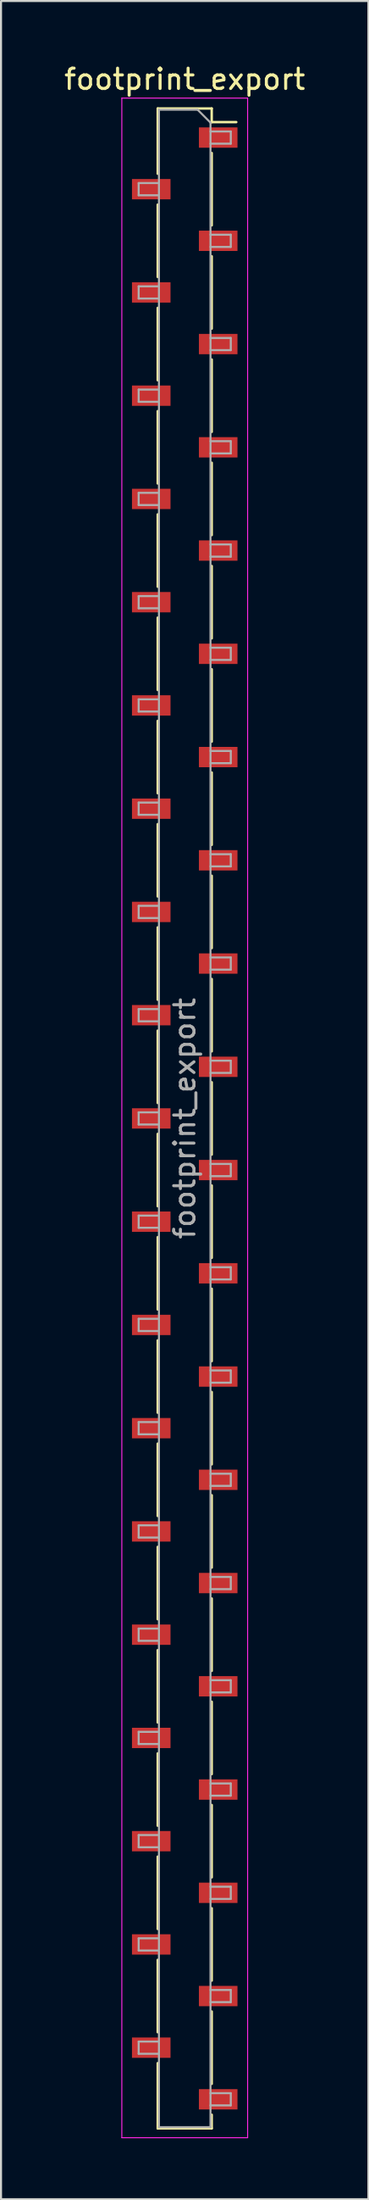
<source format=kicad_pcb>
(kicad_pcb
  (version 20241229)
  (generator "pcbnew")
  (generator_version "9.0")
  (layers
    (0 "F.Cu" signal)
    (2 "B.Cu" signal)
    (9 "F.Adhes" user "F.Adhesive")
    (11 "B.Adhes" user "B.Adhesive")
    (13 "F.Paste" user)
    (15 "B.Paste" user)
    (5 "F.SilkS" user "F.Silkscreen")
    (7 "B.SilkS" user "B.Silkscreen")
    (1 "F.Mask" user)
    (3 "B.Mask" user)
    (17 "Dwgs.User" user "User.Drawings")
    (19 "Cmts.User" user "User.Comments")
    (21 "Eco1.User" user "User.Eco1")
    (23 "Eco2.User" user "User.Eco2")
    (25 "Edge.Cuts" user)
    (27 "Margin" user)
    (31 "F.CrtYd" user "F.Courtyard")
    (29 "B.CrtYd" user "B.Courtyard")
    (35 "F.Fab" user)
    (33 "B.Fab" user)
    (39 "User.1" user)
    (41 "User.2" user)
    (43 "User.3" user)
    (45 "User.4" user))
  (footprint "footprint_export"
    (layer "F.Cu")
    (at 6.054 51.978)
    (property "Reference" "footprint_export" (at 0 -51.13 0) (layer "F.SilkS") (effects (font (size 1 1) (thickness 0.15))))
    (attr smd)
    (fp_line (start -1.33 -49.69) (end -1.33 -46.48) (stroke (width 0.12) (type solid)) (layer "F.SilkS"))
    (fp_line (start -1.33 -49.69) (end 1.33 -49.69) (stroke (width 0.12) (type solid)) (layer "F.SilkS"))
    (fp_line (start -1.33 -44.96) (end -1.33 -41.4) (stroke (width 0.12) (type solid)) (layer "F.SilkS"))
    (fp_line (start -1.33 -39.88) (end -1.33 -36.32) (stroke (width 0.12) (type solid)) (layer "F.SilkS"))
    (fp_line (start -1.33 -34.8) (end -1.33 -31.24) (stroke (width 0.12) (type solid)) (layer "F.SilkS"))
    (fp_line (start -1.33 -29.72) (end -1.33 -26.16) (stroke (width 0.12) (type solid)) (layer "F.SilkS"))
    (fp_line (start -1.33 -24.64) (end -1.33 -21.08) (stroke (width 0.12) (type solid)) (layer "F.SilkS"))
    (fp_line (start -1.33 -19.56) (end -1.33 -16) (stroke (width 0.12) (type solid)) (layer "F.SilkS"))
    (fp_line (start -1.33 -14.48) (end -1.33 -10.92) (stroke (width 0.12) (type solid)) (layer "F.SilkS"))
    (fp_line (start -1.33 -9.4) (end -1.33 -5.84) (stroke (width 0.12) (type solid)) (layer "F.SilkS"))
    (fp_line (start -1.33 -4.32) (end -1.33 -0.76) (stroke (width 0.12) (type solid)) (layer "F.SilkS"))
    (fp_line (start -1.33 0.76) (end -1.33 4.32) (stroke (width 0.12) (type solid)) (layer "F.SilkS"))
    (fp_line (start -1.33 5.84) (end -1.33 9.4) (stroke (width 0.12) (type solid)) (layer "F.SilkS"))
    (fp_line (start -1.33 10.92) (end -1.33 14.48) (stroke (width 0.12) (type solid)) (layer "F.SilkS"))
    (fp_line (start -1.33 16) (end -1.33 19.56) (stroke (width 0.12) (type solid)) (layer "F.SilkS"))
    (fp_line (start -1.33 21.08) (end -1.33 24.64) (stroke (width 0.12) (type solid)) (layer "F.SilkS"))
    (fp_line (start -1.33 26.16) (end -1.33 29.72) (stroke (width 0.12) (type solid)) (layer "F.SilkS"))
    (fp_line (start -1.33 31.24) (end -1.33 34.8) (stroke (width 0.12) (type solid)) (layer "F.SilkS"))
    (fp_line (start -1.33 36.32) (end -1.33 39.88) (stroke (width 0.12) (type solid)) (layer "F.SilkS"))
    (fp_line (start -1.33 41.4) (end -1.33 44.96) (stroke (width 0.12) (type solid)) (layer "F.SilkS"))
    (fp_line (start -1.33 46.48) (end -1.33 49.69) (stroke (width 0.12) (type solid)) (layer "F.SilkS"))
    (fp_line (start -1.33 49.69) (end 1.33 49.69) (stroke (width 0.12) (type solid)) (layer "F.SilkS"))
    (fp_line (start 1.33 -49.69) (end 1.33 -49.02) (stroke (width 0.12) (type solid)) (layer "F.SilkS"))
    (fp_line (start 1.33 -49.02) (end 2.54 -49.02) (stroke (width 0.12) (type solid)) (layer "F.SilkS"))
    (fp_line (start 1.33 -47.5) (end 1.33 -43.94) (stroke (width 0.12) (type solid)) (layer "F.SilkS"))
    (fp_line (start 1.33 -42.42) (end 1.33 -38.86) (stroke (width 0.12) (type solid)) (layer "F.SilkS"))
    (fp_line (start 1.33 -37.34) (end 1.33 -33.78) (stroke (width 0.12) (type solid)) (layer "F.SilkS"))
    (fp_line (start 1.33 -32.26) (end 1.33 -28.7) (stroke (width 0.12) (type solid)) (layer "F.SilkS"))
    (fp_line (start 1.33 -27.18) (end 1.33 -23.62) (stroke (width 0.12) (type solid)) (layer "F.SilkS"))
    (fp_line (start 1.33 -22.1) (end 1.33 -18.54) (stroke (width 0.12) (type solid)) (layer "F.SilkS"))
    (fp_line (start 1.33 -17.02) (end 1.33 -13.46) (stroke (width 0.12) (type solid)) (layer "F.SilkS"))
    (fp_line (start 1.33 -11.94) (end 1.33 -8.38) (stroke (width 0.12) (type solid)) (layer "F.SilkS"))
    (fp_line (start 1.33 -6.86) (end 1.33 -3.3) (stroke (width 0.12) (type solid)) (layer "F.SilkS"))
    (fp_line (start 1.33 -1.78) (end 1.33 1.78) (stroke (width 0.12) (type solid)) (layer "F.SilkS"))
    (fp_line (start 1.33 3.3) (end 1.33 6.86) (stroke (width 0.12) (type solid)) (layer "F.SilkS"))
    (fp_line (start 1.33 8.38) (end 1.33 11.94) (stroke (width 0.12) (type solid)) (layer "F.SilkS"))
    (fp_line (start 1.33 13.46) (end 1.33 17.02) (stroke (width 0.12) (type solid)) (layer "F.SilkS"))
    (fp_line (start 1.33 18.54) (end 1.33 22.1) (stroke (width 0.12) (type solid)) (layer "F.SilkS"))
    (fp_line (start 1.33 23.62) (end 1.33 27.18) (stroke (width 0.12) (type solid)) (layer "F.SilkS"))
    (fp_line (start 1.33 28.7) (end 1.33 32.26) (stroke (width 0.12) (type solid)) (layer "F.SilkS"))
    (fp_line (start 1.33 33.78) (end 1.33 37.34) (stroke (width 0.12) (type solid)) (layer "F.SilkS"))
    (fp_line (start 1.33 38.86) (end 1.33 42.42) (stroke (width 0.12) (type solid)) (layer "F.SilkS"))
    (fp_line (start 1.33 43.94) (end 1.33 47.5) (stroke (width 0.12) (type solid)) (layer "F.SilkS"))
    (fp_line (start 1.33 49.02) (end 1.33 49.69) (stroke (width 0.12) (type solid)) (layer "F.SilkS"))
    (fp_line (start -3.1 -50.2) (end 3.1 -50.2) (stroke (width 0.05) (type solid)) (layer "F.CrtYd"))
    (fp_line (start -3.1 50.15) (end -3.1 -50.2) (stroke (width 0.05) (type solid)) (layer "F.CrtYd"))
    (fp_line (start 3.1 -50.2) (end 3.1 50.15) (stroke (width 0.05) (type solid)) (layer "F.CrtYd"))
    (fp_line (start 3.1 50.15) (end -3.1 50.15) (stroke (width 0.05) (type solid)) (layer "F.CrtYd"))
    (fp_line (start -2.27 -46.02) (end -1.27 -46.02) (stroke (width 0.1) (type solid)) (layer "F.Fab"))
    (fp_line (start -2.27 -45.42) (end -2.27 -46.02) (stroke (width 0.1) (type solid)) (layer "F.Fab"))
    (fp_line (start -2.27 -40.94) (end -1.27 -40.94) (stroke (width 0.1) (type solid)) (layer "F.Fab"))
    (fp_line (start -2.27 -40.34) (end -2.27 -40.94) (stroke (width 0.1) (type solid)) (layer "F.Fab"))
    (fp_line (start -2.27 -35.86) (end -1.27 -35.86) (stroke (width 0.1) (type solid)) (layer "F.Fab"))
    (fp_line (start -2.27 -35.26) (end -2.27 -35.86) (stroke (width 0.1) (type solid)) (layer "F.Fab"))
    (fp_line (start -2.27 -30.78) (end -1.27 -30.78) (stroke (width 0.1) (type solid)) (layer "F.Fab"))
    (fp_line (start -2.27 -30.18) (end -2.27 -30.78) (stroke (width 0.1) (type solid)) (layer "F.Fab"))
    (fp_line (start -2.27 -25.7) (end -1.27 -25.7) (stroke (width 0.1) (type solid)) (layer "F.Fab"))
    (fp_line (start -2.27 -25.1) (end -2.27 -25.7) (stroke (width 0.1) (type solid)) (layer "F.Fab"))
    (fp_line (start -2.27 -20.62) (end -1.27 -20.62) (stroke (width 0.1) (type solid)) (layer "F.Fab"))
    (fp_line (start -2.27 -20.02) (end -2.27 -20.62) (stroke (width 0.1) (type solid)) (layer "F.Fab"))
    (fp_line (start -2.27 -15.54) (end -1.27 -15.54) (stroke (width 0.1) (type solid)) (layer "F.Fab"))
    (fp_line (start -2.27 -14.94) (end -2.27 -15.54) (stroke (width 0.1) (type solid)) (layer "F.Fab"))
    (fp_line (start -2.27 -10.46) (end -1.27 -10.46) (stroke (width 0.1) (type solid)) (layer "F.Fab"))
    (fp_line (start -2.27 -9.86) (end -2.27 -10.46) (stroke (width 0.1) (type solid)) (layer "F.Fab"))
    (fp_line (start -2.27 -5.38) (end -1.27 -5.38) (stroke (width 0.1) (type solid)) (layer "F.Fab"))
    (fp_line (start -2.27 -4.78) (end -2.27 -5.38) (stroke (width 0.1) (type solid)) (layer "F.Fab"))
    (fp_line (start -2.27 -0.3) (end -1.27 -0.3) (stroke (width 0.1) (type solid)) (layer "F.Fab"))
    (fp_line (start -2.27 0.3) (end -2.27 -0.3) (stroke (width 0.1) (type solid)) (layer "F.Fab"))
    (fp_line (start -2.27 4.78) (end -1.27 4.78) (stroke (width 0.1) (type solid)) (layer "F.Fab"))
    (fp_line (start -2.27 5.38) (end -2.27 4.78) (stroke (width 0.1) (type solid)) (layer "F.Fab"))
    (fp_line (start -2.27 9.86) (end -1.27 9.86) (stroke (width 0.1) (type solid)) (layer "F.Fab"))
    (fp_line (start -2.27 10.46) (end -2.27 9.86) (stroke (width 0.1) (type solid)) (layer "F.Fab"))
    (fp_line (start -2.27 14.94) (end -1.27 14.94) (stroke (width 0.1) (type solid)) (layer "F.Fab"))
    (fp_line (start -2.27 15.54) (end -2.27 14.94) (stroke (width 0.1) (type solid)) (layer "F.Fab"))
    (fp_line (start -2.27 20.02) (end -1.27 20.02) (stroke (width 0.1) (type solid)) (layer "F.Fab"))
    (fp_line (start -2.27 20.62) (end -2.27 20.02) (stroke (width 0.1) (type solid)) (layer "F.Fab"))
    (fp_line (start -2.27 25.1) (end -1.27 25.1) (stroke (width 0.1) (type solid)) (layer "F.Fab"))
    (fp_line (start -2.27 25.7) (end -2.27 25.1) (stroke (width 0.1) (type solid)) (layer "F.Fab"))
    (fp_line (start -2.27 30.18) (end -1.27 30.18) (stroke (width 0.1) (type solid)) (layer "F.Fab"))
    (fp_line (start -2.27 30.78) (end -2.27 30.18) (stroke (width 0.1) (type solid)) (layer "F.Fab"))
    (fp_line (start -2.27 35.26) (end -1.27 35.26) (stroke (width 0.1) (type solid)) (layer "F.Fab"))
    (fp_line (start -2.27 35.86) (end -2.27 35.26) (stroke (width 0.1) (type solid)) (layer "F.Fab"))
    (fp_line (start -2.27 40.34) (end -1.27 40.34) (stroke (width 0.1) (type solid)) (layer "F.Fab"))
    (fp_line (start -2.27 40.94) (end -2.27 40.34) (stroke (width 0.1) (type solid)) (layer "F.Fab"))
    (fp_line (start -2.27 45.42) (end -1.27 45.42) (stroke (width 0.1) (type solid)) (layer "F.Fab"))
    (fp_line (start -2.27 46.02) (end -2.27 45.42) (stroke (width 0.1) (type solid)) (layer "F.Fab"))
    (fp_line (start -1.27 -49.63) (end 0.635 -49.63) (stroke (width 0.1) (type solid)) (layer "F.Fab"))
    (fp_line (start -1.27 -45.42) (end -2.27 -45.42) (stroke (width 0.1) (type solid)) (layer "F.Fab"))
    (fp_line (start -1.27 -40.34) (end -2.27 -40.34) (stroke (width 0.1) (type solid)) (layer "F.Fab"))
    (fp_line (start -1.27 -35.26) (end -2.27 -35.26) (stroke (width 0.1) (type solid)) (layer "F.Fab"))
    (fp_line (start -1.27 -30.18) (end -2.27 -30.18) (stroke (width 0.1) (type solid)) (layer "F.Fab"))
    (fp_line (start -1.27 -25.1) (end -2.27 -25.1) (stroke (width 0.1) (type solid)) (layer "F.Fab"))
    (fp_line (start -1.27 -20.02) (end -2.27 -20.02) (stroke (width 0.1) (type solid)) (layer "F.Fab"))
    (fp_line (start -1.27 -14.94) (end -2.27 -14.94) (stroke (width 0.1) (type solid)) (layer "F.Fab"))
    (fp_line (start -1.27 -9.86) (end -2.27 -9.86) (stroke (width 0.1) (type solid)) (layer "F.Fab"))
    (fp_line (start -1.27 -4.78) (end -2.27 -4.78) (stroke (width 0.1) (type solid)) (layer "F.Fab"))
    (fp_line (start -1.27 0.3) (end -2.27 0.3) (stroke (width 0.1) (type solid)) (layer "F.Fab"))
    (fp_line (start -1.27 5.38) (end -2.27 5.38) (stroke (width 0.1) (type solid)) (layer "F.Fab"))
    (fp_line (start -1.27 10.46) (end -2.27 10.46) (stroke (width 0.1) (type solid)) (layer "F.Fab"))
    (fp_line (start -1.27 15.54) (end -2.27 15.54) (stroke (width 0.1) (type solid)) (layer "F.Fab"))
    (fp_line (start -1.27 20.62) (end -2.27 20.62) (stroke (width 0.1) (type solid)) (layer "F.Fab"))
    (fp_line (start -1.27 25.7) (end -2.27 25.7) (stroke (width 0.1) (type solid)) (layer "F.Fab"))
    (fp_line (start -1.27 30.78) (end -2.27 30.78) (stroke (width 0.1) (type solid)) (layer "F.Fab"))
    (fp_line (start -1.27 35.86) (end -2.27 35.86) (stroke (width 0.1) (type solid)) (layer "F.Fab"))
    (fp_line (start -1.27 40.94) (end -2.27 40.94) (stroke (width 0.1) (type solid)) (layer "F.Fab"))
    (fp_line (start -1.27 46.02) (end -2.27 46.02) (stroke (width 0.1) (type solid)) (layer "F.Fab"))
    (fp_line (start -1.27 49.63) (end -1.27 -49.63) (stroke (width 0.1) (type solid)) (layer "F.Fab"))
    (fp_line (start 0.635 -49.63) (end 1.27 -48.995) (stroke (width 0.1) (type solid)) (layer "F.Fab"))
    (fp_line (start 1.27 -48.995) (end 1.27 49.63) (stroke (width 0.1) (type solid)) (layer "F.Fab"))
    (fp_line (start 1.27 -48.56) (end 2.27 -48.56) (stroke (width 0.1) (type solid)) (layer "F.Fab"))
    (fp_line (start 1.27 -43.48) (end 2.27 -43.48) (stroke (width 0.1) (type solid)) (layer "F.Fab"))
    (fp_line (start 1.27 -38.4) (end 2.27 -38.4) (stroke (width 0.1) (type solid)) (layer "F.Fab"))
    (fp_line (start 1.27 -33.32) (end 2.27 -33.32) (stroke (width 0.1) (type solid)) (layer "F.Fab"))
    (fp_line (start 1.27 -28.24) (end 2.27 -28.24) (stroke (width 0.1) (type solid)) (layer "F.Fab"))
    (fp_line (start 1.27 -23.16) (end 2.27 -23.16) (stroke (width 0.1) (type solid)) (layer "F.Fab"))
    (fp_line (start 1.27 -18.08) (end 2.27 -18.08) (stroke (width 0.1) (type solid)) (layer "F.Fab"))
    (fp_line (start 1.27 -13) (end 2.27 -13) (stroke (width 0.1) (type solid)) (layer "F.Fab"))
    (fp_line (start 1.27 -7.92) (end 2.27 -7.92) (stroke (width 0.1) (type solid)) (layer "F.Fab"))
    (fp_line (start 1.27 -2.84) (end 2.27 -2.84) (stroke (width 0.1) (type solid)) (layer "F.Fab"))
    (fp_line (start 1.27 2.24) (end 2.27 2.24) (stroke (width 0.1) (type solid)) (layer "F.Fab"))
    (fp_line (start 1.27 7.32) (end 2.27 7.32) (stroke (width 0.1) (type solid)) (layer "F.Fab"))
    (fp_line (start 1.27 12.4) (end 2.27 12.4) (stroke (width 0.1) (type solid)) (layer "F.Fab"))
    (fp_line (start 1.27 17.48) (end 2.27 17.48) (stroke (width 0.1) (type solid)) (layer "F.Fab"))
    (fp_line (start 1.27 22.56) (end 2.27 22.56) (stroke (width 0.1) (type solid)) (layer "F.Fab"))
    (fp_line (start 1.27 27.64) (end 2.27 27.64) (stroke (width 0.1) (type solid)) (layer "F.Fab"))
    (fp_line (start 1.27 32.72) (end 2.27 32.72) (stroke (width 0.1) (type solid)) (layer "F.Fab"))
    (fp_line (start 1.27 37.8) (end 2.27 37.8) (stroke (width 0.1) (type solid)) (layer "F.Fab"))
    (fp_line (start 1.27 42.88) (end 2.27 42.88) (stroke (width 0.1) (type solid)) (layer "F.Fab"))
    (fp_line (start 1.27 47.96) (end 2.27 47.96) (stroke (width 0.1) (type solid)) (layer "F.Fab"))
    (fp_line (start 1.27 49.63) (end -1.27 49.63) (stroke (width 0.1) (type solid)) (layer "F.Fab"))
    (fp_line (start 2.27 -48.56) (end 2.27 -47.96) (stroke (width 0.1) (type solid)) (layer "F.Fab"))
    (fp_line (start 2.27 -47.96) (end 1.27 -47.96) (stroke (width 0.1) (type solid)) (layer "F.Fab"))
    (fp_line (start 2.27 -43.48) (end 2.27 -42.88) (stroke (width 0.1) (type solid)) (layer "F.Fab"))
    (fp_line (start 2.27 -42.88) (end 1.27 -42.88) (stroke (width 0.1) (type solid)) (layer "F.Fab"))
    (fp_line (start 2.27 -38.4) (end 2.27 -37.8) (stroke (width 0.1) (type solid)) (layer "F.Fab"))
    (fp_line (start 2.27 -37.8) (end 1.27 -37.8) (stroke (width 0.1) (type solid)) (layer "F.Fab"))
    (fp_line (start 2.27 -33.32) (end 2.27 -32.72) (stroke (width 0.1) (type solid)) (layer "F.Fab"))
    (fp_line (start 2.27 -32.72) (end 1.27 -32.72) (stroke (width 0.1) (type solid)) (layer "F.Fab"))
    (fp_line (start 2.27 -28.24) (end 2.27 -27.64) (stroke (width 0.1) (type solid)) (layer "F.Fab"))
    (fp_line (start 2.27 -27.64) (end 1.27 -27.64) (stroke (width 0.1) (type solid)) (layer "F.Fab"))
    (fp_line (start 2.27 -23.16) (end 2.27 -22.56) (stroke (width 0.1) (type solid)) (layer "F.Fab"))
    (fp_line (start 2.27 -22.56) (end 1.27 -22.56) (stroke (width 0.1) (type solid)) (layer "F.Fab"))
    (fp_line (start 2.27 -18.08) (end 2.27 -17.48) (stroke (width 0.1) (type solid)) (layer "F.Fab"))
    (fp_line (start 2.27 -17.48) (end 1.27 -17.48) (stroke (width 0.1) (type solid)) (layer "F.Fab"))
    (fp_line (start 2.27 -13) (end 2.27 -12.4) (stroke (width 0.1) (type solid)) (layer "F.Fab"))
    (fp_line (start 2.27 -12.4) (end 1.27 -12.4) (stroke (width 0.1) (type solid)) (layer "F.Fab"))
    (fp_line (start 2.27 -7.92) (end 2.27 -7.32) (stroke (width 0.1) (type solid)) (layer "F.Fab"))
    (fp_line (start 2.27 -7.32) (end 1.27 -7.32) (stroke (width 0.1) (type solid)) (layer "F.Fab"))
    (fp_line (start 2.27 -2.84) (end 2.27 -2.24) (stroke (width 0.1) (type solid)) (layer "F.Fab"))
    (fp_line (start 2.27 -2.24) (end 1.27 -2.24) (stroke (width 0.1) (type solid)) (layer "F.Fab"))
    (fp_line (start 2.27 2.24) (end 2.27 2.84) (stroke (width 0.1) (type solid)) (layer "F.Fab"))
    (fp_line (start 2.27 2.84) (end 1.27 2.84) (stroke (width 0.1) (type solid)) (layer "F.Fab"))
    (fp_line (start 2.27 7.32) (end 2.27 7.92) (stroke (width 0.1) (type solid)) (layer "F.Fab"))
    (fp_line (start 2.27 7.92) (end 1.27 7.92) (stroke (width 0.1) (type solid)) (layer "F.Fab"))
    (fp_line (start 2.27 12.4) (end 2.27 13) (stroke (width 0.1) (type solid)) (layer "F.Fab"))
    (fp_line (start 2.27 13) (end 1.27 13) (stroke (width 0.1) (type solid)) (layer "F.Fab"))
    (fp_line (start 2.27 17.48) (end 2.27 18.08) (stroke (width 0.1) (type solid)) (layer "F.Fab"))
    (fp_line (start 2.27 18.08) (end 1.27 18.08) (stroke (width 0.1) (type solid)) (layer "F.Fab"))
    (fp_line (start 2.27 22.56) (end 2.27 23.16) (stroke (width 0.1) (type solid)) (layer "F.Fab"))
    (fp_line (start 2.27 23.16) (end 1.27 23.16) (stroke (width 0.1) (type solid)) (layer "F.Fab"))
    (fp_line (start 2.27 27.64) (end 2.27 28.24) (stroke (width 0.1) (type solid)) (layer "F.Fab"))
    (fp_line (start 2.27 28.24) (end 1.27 28.24) (stroke (width 0.1) (type solid)) (layer "F.Fab"))
    (fp_line (start 2.27 32.72) (end 2.27 33.32) (stroke (width 0.1) (type solid)) (layer "F.Fab"))
    (fp_line (start 2.27 33.32) (end 1.27 33.32) (stroke (width 0.1) (type solid)) (layer "F.Fab"))
    (fp_line (start 2.27 37.8) (end 2.27 38.4) (stroke (width 0.1) (type solid)) (layer "F.Fab"))
    (fp_line (start 2.27 38.4) (end 1.27 38.4) (stroke (width 0.1) (type solid)) (layer "F.Fab"))
    (fp_line (start 2.27 42.88) (end 2.27 43.48) (stroke (width 0.1) (type solid)) (layer "F.Fab"))
    (fp_line (start 2.27 43.48) (end 1.27 43.48) (stroke (width 0.1) (type solid)) (layer "F.Fab"))
    (fp_line (start 2.27 47.96) (end 2.27 48.56) (stroke (width 0.1) (type solid)) (layer "F.Fab"))
    (fp_line (start 2.27 48.56) (end 1.27 48.56) (stroke (width 0.1) (type solid)) (layer "F.Fab"))
    (fp_text user "${REFERENCE}" (at 0 0 90) (layer "F.Fab") (effects (font (size 1 1) (thickness 0.15))))
    (pad "1" smd rect (at 1.65 -48.26) (size 1.9 1) (layers "F.Cu" "F.Mask" "F.Paste"))
    (pad "2" smd rect (at -1.65 -45.72) (size 1.9 1) (layers "F.Cu" "F.Mask" "F.Paste"))
    (pad "3" smd rect (at 1.65 -43.18) (size 1.9 1) (layers "F.Cu" "F.Mask" "F.Paste"))
    (pad "4" smd rect (at -1.65 -40.64) (size 1.9 1) (layers "F.Cu" "F.Mask" "F.Paste"))
    (pad "5" smd rect (at 1.65 -38.1) (size 1.9 1) (layers "F.Cu" "F.Mask" "F.Paste"))
    (pad "6" smd rect (at -1.65 -35.56) (size 1.9 1) (layers "F.Cu" "F.Mask" "F.Paste"))
    (pad "7" smd rect (at 1.65 -33.02) (size 1.9 1) (layers "F.Cu" "F.Mask" "F.Paste"))
    (pad "8" smd rect (at -1.65 -30.48) (size 1.9 1) (layers "F.Cu" "F.Mask" "F.Paste"))
    (pad "9" smd rect (at 1.65 -27.94) (size 1.9 1) (layers "F.Cu" "F.Mask" "F.Paste"))
    (pad "10" smd rect (at -1.65 -25.4) (size 1.9 1) (layers "F.Cu" "F.Mask" "F.Paste"))
    (pad "11" smd rect (at 1.65 -22.86) (size 1.9 1) (layers "F.Cu" "F.Mask" "F.Paste"))
    (pad "12" smd rect (at -1.65 -20.32) (size 1.9 1) (layers "F.Cu" "F.Mask" "F.Paste"))
    (pad "13" smd rect (at 1.65 -17.78) (size 1.9 1) (layers "F.Cu" "F.Mask" "F.Paste"))
    (pad "14" smd rect (at -1.65 -15.24) (size 1.9 1) (layers "F.Cu" "F.Mask" "F.Paste"))
    (pad "15" smd rect (at 1.65 -12.7) (size 1.9 1) (layers "F.Cu" "F.Mask" "F.Paste"))
    (pad "16" smd rect (at -1.65 -10.16) (size 1.9 1) (layers "F.Cu" "F.Mask" "F.Paste"))
    (pad "17" smd rect (at 1.65 -7.62) (size 1.9 1) (layers "F.Cu" "F.Mask" "F.Paste"))
    (pad "18" smd rect (at -1.65 -5.08) (size 1.9 1) (layers "F.Cu" "F.Mask" "F.Paste"))
    (pad "19" smd rect (at 1.65 -2.54) (size 1.9 1) (layers "F.Cu" "F.Mask" "F.Paste"))
    (pad "20" smd rect (at -1.65 0) (size 1.9 1) (layers "F.Cu" "F.Mask" "F.Paste"))
    (pad "21" smd rect (at 1.65 2.54) (size 1.9 1) (layers "F.Cu" "F.Mask" "F.Paste"))
    (pad "22" smd rect (at -1.65 5.08) (size 1.9 1) (layers "F.Cu" "F.Mask" "F.Paste"))
    (pad "23" smd rect (at 1.65 7.62) (size 1.9 1) (layers "F.Cu" "F.Mask" "F.Paste"))
    (pad "24" smd rect (at -1.65 10.16) (size 1.9 1) (layers "F.Cu" "F.Mask" "F.Paste"))
    (pad "25" smd rect (at 1.65 12.7) (size 1.9 1) (layers "F.Cu" "F.Mask" "F.Paste"))
    (pad "26" smd rect (at -1.65 15.24) (size 1.9 1) (layers "F.Cu" "F.Mask" "F.Paste"))
    (pad "27" smd rect (at 1.65 17.78) (size 1.9 1) (layers "F.Cu" "F.Mask" "F.Paste"))
    (pad "28" smd rect (at -1.65 20.32) (size 1.9 1) (layers "F.Cu" "F.Mask" "F.Paste"))
    (pad "29" smd rect (at 1.65 22.86) (size 1.9 1) (layers "F.Cu" "F.Mask" "F.Paste"))
    (pad "30" smd rect (at -1.65 25.4) (size 1.9 1) (layers "F.Cu" "F.Mask" "F.Paste"))
    (pad "31" smd rect (at 1.65 27.94) (size 1.9 1) (layers "F.Cu" "F.Mask" "F.Paste"))
    (pad "32" smd rect (at -1.65 30.48) (size 1.9 1) (layers "F.Cu" "F.Mask" "F.Paste"))
    (pad "33" smd rect (at 1.65 33.02) (size 1.9 1) (layers "F.Cu" "F.Mask" "F.Paste"))
    (pad "34" smd rect (at -1.65 35.56) (size 1.9 1) (layers "F.Cu" "F.Mask" "F.Paste"))
    (pad "35" smd rect (at 1.65 38.1) (size 1.9 1) (layers "F.Cu" "F.Mask" "F.Paste"))
    (pad "36" smd rect (at -1.65 40.64) (size 1.9 1) (layers "F.Cu" "F.Mask" "F.Paste"))
    (pad "37" smd rect (at 1.65 43.18) (size 1.9 1) (layers "F.Cu" "F.Mask" "F.Paste"))
    (pad "38" smd rect (at -1.65 45.72) (size 1.9 1) (layers "F.Cu" "F.Mask" "F.Paste"))
    (pad "39" smd rect (at 1.65 48.26) (size 1.9 1) (layers "F.Cu" "F.Mask" "F.Paste")))
  (gr_rect
    (start -3 -3)
    (end 15.107 105.153)
    (stroke (width 0.1) (type default))
    (fill no)
    (layer "Edge.Cuts")))
</source>
